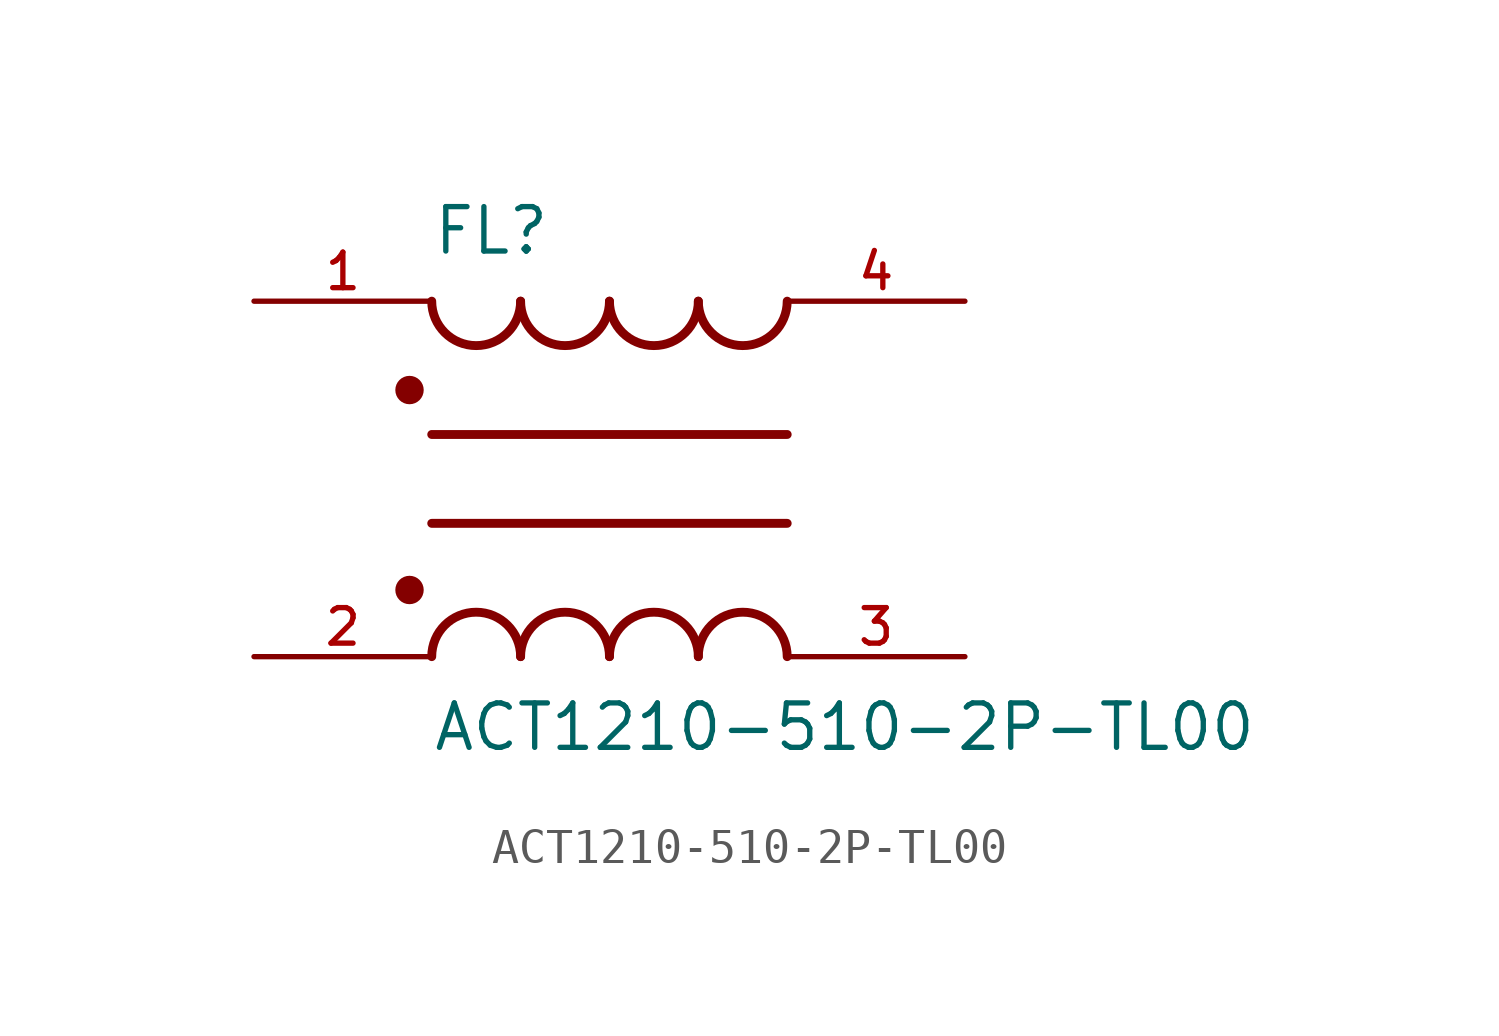
<source format=kicad_sym>
(kicad_symbol_lib
  (version 20241209)
  (generator "kicad_symbol_editor")
  (generator_version "9.0")
  (symbol "ACT1210-510-2P-TL00"
    (pin_names
      (offset 1.016))
    (property "Reference" "FL"
      (at -5.08 6.35 0)
      (effects (font (size 1.27 1.27)) (justify left bottom)))
    (property "Value" "ACT1210-510-2P-TL00"
      (at -5.08 -6.35 0)
      (effects (font (size 1.27 1.27)) (justify left top)))
    (symbol "ACT1210-510-2P-TL00_0_0"
      (circle (center -5.715 2.54) (radius 0.203) (stroke (width 0.406) (type default)) (fill (type none)))
      (circle (center -5.715 -3.175) (radius 0.203) (stroke (width 0.406) (type default)) (fill (type none)))
      (polyline (pts (xy -5.08 -1.27) (xy 5.08 -1.27)) (stroke (width 0.254) (type default)) (fill (type none)))
      (arc (start -2.54 5.08) (mid -3.81 3.8155) (end -5.08 5.08) (stroke (width 0.254) (type default)) (fill (type none)))
      (arc (start -5.08 -5.08) (mid -3.81 -3.8155) (end -2.54 -5.08) (stroke (width 0.254) (type default)) (fill (type none)))
      (arc (start 0 5.08) (mid -1.27 3.8155) (end -2.54 5.08) (stroke (width 0.254) (type default)) (fill (type none)))
      (arc (start -2.54 -5.08) (mid -1.27 -3.8155) (end 0 -5.08) (stroke (width 0.254) (type default)) (fill (type none)))
      (arc (start 2.54 5.08) (mid 1.27 3.8155) (end 0 5.08) (stroke (width 0.254) (type default)) (fill (type none)))
      (arc (start 0 -5.08) (mid 1.27 -3.8155) (end 2.54 -5.08) (stroke (width 0.254) (type default)) (fill (type none)))
      (arc (start 5.08 5.08) (mid 3.81 3.8155) (end 2.54 5.08) (stroke (width 0.254) (type default)) (fill (type none)))
      (arc (start 2.54 -5.08) (mid 3.81 -3.8155) (end 5.08 -5.08) (stroke (width 0.254) (type default)) (fill (type none)))
      (polyline (pts (xy 5.08 1.27) (xy -5.08 1.27)) (stroke (width 0.254) (type default)) (fill (type none)))
      (pin passive line (at -10.16 5.08 0) (length 5.08) (name "~" (effects (font (size 1.016 1.016)))) (number "1" (effects (font (size 1.016 1.016)))))
      (pin passive line (at -10.16 -5.08 0) (length 5.08) (name "~" (effects (font (size 1.016 1.016)))) (number "2" (effects (font (size 1.016 1.016)))))
      (pin passive line (at 10.16 5.08 180) (length 5.08) (name "~" (effects (font (size 1.016 1.016)))) (number "4" (effects (font (size 1.016 1.016)))))
      (pin passive line (at 10.16 -5.08 180) (length 5.08) (name "~" (effects (font (size 1.016 1.016)))) (number "3" (effects (font (size 1.016 1.016))))))))
</source>
